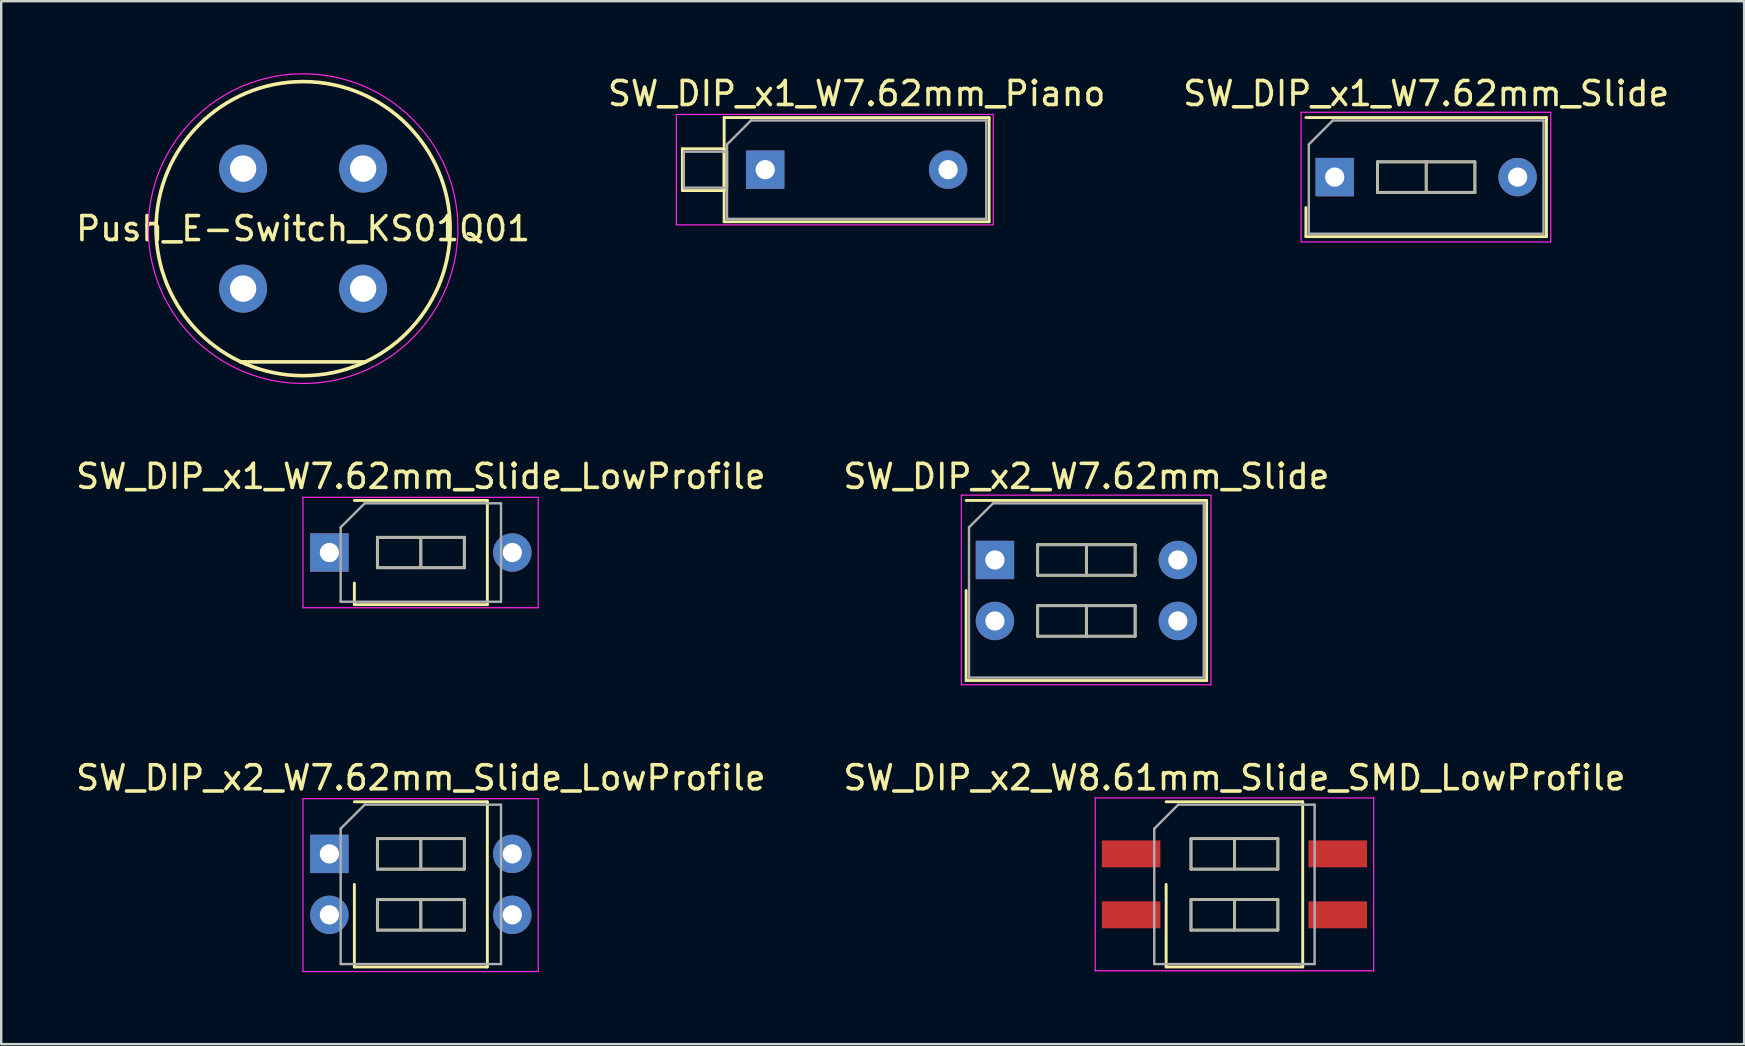
<source format=kicad_pcb>
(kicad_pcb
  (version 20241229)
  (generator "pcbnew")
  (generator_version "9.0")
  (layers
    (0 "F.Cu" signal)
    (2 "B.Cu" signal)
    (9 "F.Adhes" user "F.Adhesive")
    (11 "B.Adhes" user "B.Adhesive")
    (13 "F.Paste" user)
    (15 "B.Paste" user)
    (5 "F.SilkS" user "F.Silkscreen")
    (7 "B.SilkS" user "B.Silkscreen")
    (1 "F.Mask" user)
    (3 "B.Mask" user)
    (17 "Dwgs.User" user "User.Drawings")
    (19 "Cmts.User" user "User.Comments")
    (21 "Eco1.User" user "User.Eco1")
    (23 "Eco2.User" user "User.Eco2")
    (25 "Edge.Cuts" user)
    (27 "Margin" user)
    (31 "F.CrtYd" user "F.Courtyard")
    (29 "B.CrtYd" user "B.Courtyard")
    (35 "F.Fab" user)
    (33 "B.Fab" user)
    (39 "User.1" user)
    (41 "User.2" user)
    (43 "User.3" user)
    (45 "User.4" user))
  (footprint "SW_DIP_x1_W7.62mm_Slide_LowProfile"
    (layer "F.Cu")
    (at 10.672 19.968)
    (property "Reference" "SW_DIP_x1_W7.62mm_Slide_LowProfile" (at 3.81 -3.17 0) (layer "F.SilkS") (effects (font (size 1 1) (thickness 0.15))))
    (attr through_hole)
    (fp_line (start 1.04 -2.17) (end 6.58 -2.17) (stroke (width 0.12) (type solid)) (layer "F.SilkS"))
    (fp_line (start 1.04 2.17) (end 1.04 1.27) (stroke (width 0.12) (type solid)) (layer "F.SilkS"))
    (fp_line (start 2 -0.635) (end 2 0.635) (stroke (width 0.12) (type solid)) (layer "F.SilkS"))
    (fp_line (start 2 0.635) (end 5.62 0.635) (stroke (width 0.12) (type solid)) (layer "F.SilkS"))
    (fp_line (start 3.81 -0.635) (end 3.81 0.635) (stroke (width 0.12) (type solid)) (layer "F.SilkS"))
    (fp_line (start 5.62 -0.635) (end 2 -0.635) (stroke (width 0.12) (type solid)) (layer "F.SilkS"))
    (fp_line (start 5.62 0.635) (end 5.62 -0.635) (stroke (width 0.12) (type solid)) (layer "F.SilkS"))
    (fp_line (start 6.58 -2.17) (end 6.58 2.17) (stroke (width 0.12) (type solid)) (layer "F.SilkS"))
    (fp_line (start 6.58 2.17) (end 1.04 2.17) (stroke (width 0.12) (type solid)) (layer "F.SilkS"))
    (fp_line (start -1.1 -2.3) (end -1.1 2.3) (stroke (width 0.05) (type solid)) (layer "F.CrtYd"))
    (fp_line (start -1.1 2.3) (end 8.7 2.3) (stroke (width 0.05) (type solid)) (layer "F.CrtYd"))
    (fp_line (start 8.7 -2.3) (end -1.1 -2.3) (stroke (width 0.05) (type solid)) (layer "F.CrtYd"))
    (fp_line (start 8.7 2.3) (end 8.7 -2.3) (stroke (width 0.05) (type solid)) (layer "F.CrtYd"))
    (fp_line (start 0.47 -1.05) (end 1.47 -2.05) (stroke (width 0.1) (type solid)) (layer "F.Fab"))
    (fp_line (start 0.47 2.05) (end 0.47 -1.05) (stroke (width 0.1) (type solid)) (layer "F.Fab"))
    (fp_line (start 1.47 -2.05) (end 7.15 -2.05) (stroke (width 0.1) (type solid)) (layer "F.Fab"))
    (fp_line (start 2 -0.635) (end 2 0.635) (stroke (width 0.1) (type solid)) (layer "F.Fab"))
    (fp_line (start 2 0.635) (end 5.62 0.635) (stroke (width 0.1) (type solid)) (layer "F.Fab"))
    (fp_line (start 3.81 -0.635) (end 3.81 0.635) (stroke (width 0.1) (type solid)) (layer "F.Fab"))
    (fp_line (start 5.62 -0.635) (end 2 -0.635) (stroke (width 0.1) (type solid)) (layer "F.Fab"))
    (fp_line (start 5.62 0.635) (end 5.62 -0.635) (stroke (width 0.1) (type solid)) (layer "F.Fab"))
    (fp_line (start 7.15 -2.05) (end 7.15 2.05) (stroke (width 0.1) (type solid)) (layer "F.Fab"))
    (fp_line (start 7.15 2.05) (end 0.47 2.05) (stroke (width 0.1) (type solid)) (layer "F.Fab"))
    (pad "1" thru_hole rect (at 0 0) (size 1.6 1.6) (drill 0.8) (layers "*.Cu" "*.Mask"))
    (pad "2" thru_hole oval (at 7.62 0) (size 1.6 1.6) (drill 0.8) (layers "*.Cu" "*.Mask")))
  (footprint "SW_DIP_x2_W8.61mm_Slide_SMD_LowProfile"
    (layer "F.Cu")
    (at 48.375 33.791)
    (property "Reference" "SW_DIP_x2_W8.61mm_Slide_SMD_LowProfile" (at 0 -4.44 0) (layer "F.SilkS") (effects (font (size 1 1) (thickness 0.15))))
    (attr smd)
    (fp_line (start -2.845 -3.44) (end 2.845 -3.44) (stroke (width 0.12) (type solid)) (layer "F.SilkS"))
    (fp_line (start -2.845 3.44) (end -2.845 0) (stroke (width 0.12) (type solid)) (layer "F.SilkS"))
    (fp_line (start -1.81 -1.905) (end -1.81 -0.635) (stroke (width 0.12) (type solid)) (layer "F.SilkS"))
    (fp_line (start -1.81 -0.635) (end 1.81 -0.635) (stroke (width 0.12) (type solid)) (layer "F.SilkS"))
    (fp_line (start -1.81 0.635) (end -1.81 1.905) (stroke (width 0.12) (type solid)) (layer "F.SilkS"))
    (fp_line (start -1.81 1.905) (end 1.81 1.905) (stroke (width 0.12) (type solid)) (layer "F.SilkS"))
    (fp_line (start 0 -1.905) (end 0 -0.635) (stroke (width 0.12) (type solid)) (layer "F.SilkS"))
    (fp_line (start 0 0.635) (end 0 1.905) (stroke (width 0.12) (type solid)) (layer "F.SilkS"))
    (fp_line (start 1.81 -1.905) (end -1.81 -1.905) (stroke (width 0.12) (type solid)) (layer "F.SilkS"))
    (fp_line (start 1.81 -0.635) (end 1.81 -1.905) (stroke (width 0.12) (type solid)) (layer "F.SilkS"))
    (fp_line (start 1.81 0.635) (end -1.81 0.635) (stroke (width 0.12) (type solid)) (layer "F.SilkS"))
    (fp_line (start 1.81 1.905) (end 1.81 0.635) (stroke (width 0.12) (type solid)) (layer "F.SilkS"))
    (fp_line (start 2.845 -3.44) (end 2.845 3.44) (stroke (width 0.12) (type solid)) (layer "F.SilkS"))
    (fp_line (start 2.845 3.44) (end -2.845 3.44) (stroke (width 0.12) (type solid)) (layer "F.SilkS"))
    (fp_line (start -5.8 -3.6) (end -5.8 3.6) (stroke (width 0.05) (type solid)) (layer "F.CrtYd"))
    (fp_line (start -5.8 3.6) (end 5.8 3.6) (stroke (width 0.05) (type solid)) (layer "F.CrtYd"))
    (fp_line (start 5.8 -3.6) (end -5.8 -3.6) (stroke (width 0.05) (type solid)) (layer "F.CrtYd"))
    (fp_line (start 5.8 3.6) (end 5.8 -3.6) (stroke (width 0.05) (type solid)) (layer "F.CrtYd"))
    (fp_line (start -3.34 -2.32) (end -2.34 -3.32) (stroke (width 0.1) (type solid)) (layer "F.Fab"))
    (fp_line (start -3.34 3.32) (end -3.34 -2.32) (stroke (width 0.1) (type solid)) (layer "F.Fab"))
    (fp_line (start -2.34 -3.32) (end 3.34 -3.32) (stroke (width 0.1) (type solid)) (layer "F.Fab"))
    (fp_line (start -1.81 -1.905) (end -1.81 -0.635) (stroke (width 0.1) (type solid)) (layer "F.Fab"))
    (fp_line (start -1.81 -0.635) (end 1.81 -0.635) (stroke (width 0.1) (type solid)) (layer "F.Fab"))
    (fp_line (start -1.81 0.635) (end -1.81 1.905) (stroke (width 0.1) (type solid)) (layer "F.Fab"))
    (fp_line (start -1.81 1.905) (end 1.81 1.905) (stroke (width 0.1) (type solid)) (layer "F.Fab"))
    (fp_line (start 0 -1.905) (end 0 -0.635) (stroke (width 0.1) (type solid)) (layer "F.Fab"))
    (fp_line (start 0 0.635) (end 0 1.905) (stroke (width 0.1) (type solid)) (layer "F.Fab"))
    (fp_line (start 1.81 -1.905) (end -1.81 -1.905) (stroke (width 0.1) (type solid)) (layer "F.Fab"))
    (fp_line (start 1.81 -0.635) (end 1.81 -1.905) (stroke (width 0.1) (type solid)) (layer "F.Fab"))
    (fp_line (start 1.81 0.635) (end -1.81 0.635) (stroke (width 0.1) (type solid)) (layer "F.Fab"))
    (fp_line (start 1.81 1.905) (end 1.81 0.635) (stroke (width 0.1) (type solid)) (layer "F.Fab"))
    (fp_line (start 3.34 -3.32) (end 3.34 3.32) (stroke (width 0.1) (type solid)) (layer "F.Fab"))
    (fp_line (start 3.34 3.32) (end -3.34 3.32) (stroke (width 0.1) (type solid)) (layer "F.Fab"))
    (pad "1" smd rect (at -4.305 -1.27) (size 2.44 1.12) (layers "F.Cu" "F.Mask"))
    (pad "2" smd rect (at -4.305 1.27) (size 2.44 1.12) (layers "F.Cu" "F.Mask"))
    (pad "3" smd rect (at 4.305 1.27) (size 2.44 1.12) (layers "F.Cu" "F.Mask"))
    (pad "4" smd rect (at 4.305 -1.27) (size 2.44 1.12) (layers "F.Cu" "F.Mask")))
  (footprint "SW_DIP_x1_W7.62mm_Piano"
    (layer "F.Cu")
    (at 28.827 4.018)
    (property "Reference" "SW_DIP_x1_W7.62mm_Piano" (at 3.81 -3.17 0) (layer "F.SilkS") (effects (font (size 1 1) (thickness 0.15))))
    (attr through_hole)
    (fp_line (start -3.45 -0.87) (end -3.45 0.87) (stroke (width 0.12) (type solid)) (layer "F.SilkS"))
    (fp_line (start -3.45 0.87) (end -1.71 0.87) (stroke (width 0.12) (type solid)) (layer "F.SilkS"))
    (fp_line (start -1.71 -2.17) (end 9.33 -2.17) (stroke (width 0.12) (type solid)) (layer "F.SilkS"))
    (fp_line (start -1.71 -0.87) (end -3.45 -0.87) (stroke (width 0.12) (type solid)) (layer "F.SilkS"))
    (fp_line (start -1.71 0.87) (end -1.71 -0.87) (stroke (width 0.12) (type solid)) (layer "F.SilkS"))
    (fp_line (start -1.71 2.17) (end -1.71 -2.17) (stroke (width 0.12) (type solid)) (layer "F.SilkS"))
    (fp_line (start 9.33 -2.17) (end 9.33 2.17) (stroke (width 0.12) (type solid)) (layer "F.SilkS"))
    (fp_line (start 9.33 2.17) (end -1.71 2.17) (stroke (width 0.12) (type solid)) (layer "F.SilkS"))
    (fp_line (start -3.7 -2.3) (end -3.7 2.3) (stroke (width 0.05) (type solid)) (layer "F.CrtYd"))
    (fp_line (start -3.7 2.3) (end 9.5 2.3) (stroke (width 0.05) (type solid)) (layer "F.CrtYd"))
    (fp_line (start 9.5 -2.3) (end -3.7 -2.3) (stroke (width 0.05) (type solid)) (layer "F.CrtYd"))
    (fp_line (start 9.5 2.3) (end 9.5 -2.3) (stroke (width 0.05) (type solid)) (layer "F.CrtYd"))
    (fp_line (start -3.39 -0.75) (end -1.59 -0.75) (stroke (width 0.1) (type solid)) (layer "F.Fab"))
    (fp_line (start -3.39 0.75) (end -3.39 -0.75) (stroke (width 0.1) (type solid)) (layer "F.Fab"))
    (fp_line (start -1.59 -1.05) (end -0.59 -2.05) (stroke (width 0.1) (type solid)) (layer "F.Fab"))
    (fp_line (start -1.59 -0.75) (end -1.59 0.75) (stroke (width 0.1) (type solid)) (layer "F.Fab"))
    (fp_line (start -1.59 0.75) (end -3.39 0.75) (stroke (width 0.1) (type solid)) (layer "F.Fab"))
    (fp_line (start -1.59 2.05) (end -1.59 -1.05) (stroke (width 0.1) (type solid)) (layer "F.Fab"))
    (fp_line (start -0.59 -2.05) (end 9.21 -2.05) (stroke (width 0.1) (type solid)) (layer "F.Fab"))
    (fp_line (start 9.21 -2.05) (end 9.21 2.05) (stroke (width 0.1) (type solid)) (layer "F.Fab"))
    (fp_line (start 9.21 2.05) (end -1.59 2.05) (stroke (width 0.1) (type solid)) (layer "F.Fab"))
    (pad "1" thru_hole rect (at 0 0) (size 1.6 1.6) (drill 0.8) (layers "*.Cu" "*.Mask"))
    (pad "2" thru_hole oval (at 7.62 0) (size 1.6 1.6) (drill 0.8) (layers "*.Cu" "*.Mask")))
  (footprint "SW_DIP_x2_W7.62mm_Slide_LowProfile"
    (layer "F.Cu")
    (at 10.672 32.522)
    (property "Reference" "SW_DIP_x2_W7.62mm_Slide_LowProfile" (at 3.81 -3.17 0) (layer "F.SilkS") (effects (font (size 1 1) (thickness 0.15))))
    (attr through_hole)
    (fp_line (start 1.04 -2.17) (end 6.58 -2.17) (stroke (width 0.12) (type solid)) (layer "F.SilkS"))
    (fp_line (start 1.04 4.71) (end 1.04 1.27) (stroke (width 0.12) (type solid)) (layer "F.SilkS"))
    (fp_line (start 2 -0.635) (end 2 0.635) (stroke (width 0.12) (type solid)) (layer "F.SilkS"))
    (fp_line (start 2 0.635) (end 5.62 0.635) (stroke (width 0.12) (type solid)) (layer "F.SilkS"))
    (fp_line (start 2 1.905) (end 2 3.175) (stroke (width 0.12) (type solid)) (layer "F.SilkS"))
    (fp_line (start 2 3.175) (end 5.62 3.175) (stroke (width 0.12) (type solid)) (layer "F.SilkS"))
    (fp_line (start 3.81 -0.635) (end 3.81 0.635) (stroke (width 0.12) (type solid)) (layer "F.SilkS"))
    (fp_line (start 3.81 1.905) (end 3.81 3.175) (stroke (width 0.12) (type solid)) (layer "F.SilkS"))
    (fp_line (start 5.62 -0.635) (end 2 -0.635) (stroke (width 0.12) (type solid)) (layer "F.SilkS"))
    (fp_line (start 5.62 0.635) (end 5.62 -0.635) (stroke (width 0.12) (type solid)) (layer "F.SilkS"))
    (fp_line (start 5.62 1.905) (end 2 1.905) (stroke (width 0.12) (type solid)) (layer "F.SilkS"))
    (fp_line (start 5.62 3.175) (end 5.62 1.905) (stroke (width 0.12) (type solid)) (layer "F.SilkS"))
    (fp_line (start 6.58 -2.17) (end 6.58 4.71) (stroke (width 0.12) (type solid)) (layer "F.SilkS"))
    (fp_line (start 6.58 4.71) (end 1.04 4.71) (stroke (width 0.12) (type solid)) (layer "F.SilkS"))
    (fp_line (start -1.1 -2.3) (end -1.1 4.9) (stroke (width 0.05) (type solid)) (layer "F.CrtYd"))
    (fp_line (start -1.1 4.9) (end 8.7 4.9) (stroke (width 0.05) (type solid)) (layer "F.CrtYd"))
    (fp_line (start 8.7 -2.3) (end -1.1 -2.3) (stroke (width 0.05) (type solid)) (layer "F.CrtYd"))
    (fp_line (start 8.7 4.9) (end 8.7 -2.3) (stroke (width 0.05) (type solid)) (layer "F.CrtYd"))
    (fp_line (start 0.47 -1.05) (end 1.47 -2.05) (stroke (width 0.1) (type solid)) (layer "F.Fab"))
    (fp_line (start 0.47 4.59) (end 0.47 -1.05) (stroke (width 0.1) (type solid)) (layer "F.Fab"))
    (fp_line (start 1.47 -2.05) (end 7.15 -2.05) (stroke (width 0.1) (type solid)) (layer "F.Fab"))
    (fp_line (start 2 -0.635) (end 2 0.635) (stroke (width 0.1) (type solid)) (layer "F.Fab"))
    (fp_line (start 2 0.635) (end 5.62 0.635) (stroke (width 0.1) (type solid)) (layer "F.Fab"))
    (fp_line (start 2 1.905) (end 2 3.175) (stroke (width 0.1) (type solid)) (layer "F.Fab"))
    (fp_line (start 2 3.175) (end 5.62 3.175) (stroke (width 0.1) (type solid)) (layer "F.Fab"))
    (fp_line (start 3.81 -0.635) (end 3.81 0.635) (stroke (width 0.1) (type solid)) (layer "F.Fab"))
    (fp_line (start 3.81 1.905) (end 3.81 3.175) (stroke (width 0.1) (type solid)) (layer "F.Fab"))
    (fp_line (start 5.62 -0.635) (end 2 -0.635) (stroke (width 0.1) (type solid)) (layer "F.Fab"))
    (fp_line (start 5.62 0.635) (end 5.62 -0.635) (stroke (width 0.1) (type solid)) (layer "F.Fab"))
    (fp_line (start 5.62 1.905) (end 2 1.905) (stroke (width 0.1) (type solid)) (layer "F.Fab"))
    (fp_line (start 5.62 3.175) (end 5.62 1.905) (stroke (width 0.1) (type solid)) (layer "F.Fab"))
    (fp_line (start 7.15 -2.05) (end 7.15 4.59) (stroke (width 0.1) (type solid)) (layer "F.Fab"))
    (fp_line (start 7.15 4.59) (end 0.47 4.59) (stroke (width 0.1) (type solid)) (layer "F.Fab"))
    (pad "1" thru_hole rect (at 0 0) (size 1.6 1.6) (drill 0.8) (layers "*.Cu" "*.Mask"))
    (pad "2" thru_hole oval (at 0 2.54) (size 1.6 1.6) (drill 0.8) (layers "*.Cu" "*.Mask"))
    (pad "3" thru_hole oval (at 7.62 2.54) (size 1.6 1.6) (drill 0.8) (layers "*.Cu" "*.Mask"))
    (pad "4" thru_hole oval (at 7.62 0) (size 1.6 1.6) (drill 0.8) (layers "*.Cu" "*.Mask")))
  (footprint "SW_DIP_x2_W7.62mm_Slide"
    (layer "F.Cu")
    (at 38.398 20.278)
    (property "Reference" "SW_DIP_x2_W7.62mm_Slide" (at 3.81 -3.48 0) (layer "F.SilkS") (effects (font (size 1 1) (thickness 0.15))))
    (attr through_hole)
    (fp_line (start -1.2 -2.48) (end 8.82 -2.48) (stroke (width 0.12) (type solid)) (layer "F.SilkS"))
    (fp_line (start -1.2 5.02) (end -1.2 1.27) (stroke (width 0.12) (type solid)) (layer "F.SilkS"))
    (fp_line (start 1.78 -0.635) (end 1.78 0.635) (stroke (width 0.12) (type solid)) (layer "F.SilkS"))
    (fp_line (start 1.78 0.635) (end 5.84 0.635) (stroke (width 0.12) (type solid)) (layer "F.SilkS"))
    (fp_line (start 1.78 1.905) (end 1.78 3.175) (stroke (width 0.12) (type solid)) (layer "F.SilkS"))
    (fp_line (start 1.78 3.175) (end 5.84 3.175) (stroke (width 0.12) (type solid)) (layer "F.SilkS"))
    (fp_line (start 3.81 -0.635) (end 3.81 0.635) (stroke (width 0.12) (type solid)) (layer "F.SilkS"))
    (fp_line (start 3.81 1.905) (end 3.81 3.175) (stroke (width 0.12) (type solid)) (layer "F.SilkS"))
    (fp_line (start 5.84 -0.635) (end 1.78 -0.635) (stroke (width 0.12) (type solid)) (layer "F.SilkS"))
    (fp_line (start 5.84 0.635) (end 5.84 -0.635) (stroke (width 0.12) (type solid)) (layer "F.SilkS"))
    (fp_line (start 5.84 1.905) (end 1.78 1.905) (stroke (width 0.12) (type solid)) (layer "F.SilkS"))
    (fp_line (start 5.84 3.175) (end 5.84 1.905) (stroke (width 0.12) (type solid)) (layer "F.SilkS"))
    (fp_line (start 8.82 -2.48) (end 8.82 5.02) (stroke (width 0.12) (type solid)) (layer "F.SilkS"))
    (fp_line (start 8.82 5.02) (end -1.2 5.02) (stroke (width 0.12) (type solid)) (layer "F.SilkS"))
    (fp_line (start -1.4 -2.7) (end -1.4 5.2) (stroke (width 0.05) (type solid)) (layer "F.CrtYd"))
    (fp_line (start -1.4 5.2) (end 9 5.2) (stroke (width 0.05) (type solid)) (layer "F.CrtYd"))
    (fp_line (start 9 -2.7) (end -1.4 -2.7) (stroke (width 0.05) (type solid)) (layer "F.CrtYd"))
    (fp_line (start 9 5.2) (end 9 -2.7) (stroke (width 0.05) (type solid)) (layer "F.CrtYd"))
    (fp_line (start -1.08 -1.36) (end -0.08 -2.36) (stroke (width 0.1) (type solid)) (layer "F.Fab"))
    (fp_line (start -1.08 4.9) (end -1.08 -1.36) (stroke (width 0.1) (type solid)) (layer "F.Fab"))
    (fp_line (start -0.08 -2.36) (end 8.7 -2.36) (stroke (width 0.1) (type solid)) (layer "F.Fab"))
    (fp_line (start 1.78 -0.635) (end 1.78 0.635) (stroke (width 0.1) (type solid)) (layer "F.Fab"))
    (fp_line (start 1.78 0.635) (end 5.84 0.635) (stroke (width 0.1) (type solid)) (layer "F.Fab"))
    (fp_line (start 1.78 1.905) (end 1.78 3.175) (stroke (width 0.1) (type solid)) (layer "F.Fab"))
    (fp_line (start 1.78 3.175) (end 5.84 3.175) (stroke (width 0.1) (type solid)) (layer "F.Fab"))
    (fp_line (start 3.81 -0.635) (end 3.81 0.635) (stroke (width 0.1) (type solid)) (layer "F.Fab"))
    (fp_line (start 3.81 1.905) (end 3.81 3.175) (stroke (width 0.1) (type solid)) (layer "F.Fab"))
    (fp_line (start 5.84 -0.635) (end 1.78 -0.635) (stroke (width 0.1) (type solid)) (layer "F.Fab"))
    (fp_line (start 5.84 0.635) (end 5.84 -0.635) (stroke (width 0.1) (type solid)) (layer "F.Fab"))
    (fp_line (start 5.84 1.905) (end 1.78 1.905) (stroke (width 0.1) (type solid)) (layer "F.Fab"))
    (fp_line (start 5.84 3.175) (end 5.84 1.905) (stroke (width 0.1) (type solid)) (layer "F.Fab"))
    (fp_line (start 8.7 -2.36) (end 8.7 4.9) (stroke (width 0.1) (type solid)) (layer "F.Fab"))
    (fp_line (start 8.7 4.9) (end -1.08 4.9) (stroke (width 0.1) (type solid)) (layer "F.Fab"))
    (pad "1" thru_hole rect (at 0 0) (size 1.6 1.6) (drill 0.8) (layers "*.Cu" "*.Mask"))
    (pad "2" thru_hole oval (at 0 2.54) (size 1.6 1.6) (drill 0.8) (layers "*.Cu" "*.Mask"))
    (pad "3" thru_hole oval (at 7.62 2.54) (size 1.6 1.6) (drill 0.8) (layers "*.Cu" "*.Mask"))
    (pad "4" thru_hole oval (at 7.62 0) (size 1.6 1.6) (drill 0.8) (layers "*.Cu" "*.Mask")))
  (footprint "SW_DIP_x1_W7.62mm_Slide"
    (layer "F.Cu")
    (at 52.553 4.328)
    (property "Reference" "SW_DIP_x1_W7.62mm_Slide" (at 3.81 -3.48 0) (layer "F.SilkS") (effects (font (size 1 1) (thickness 0.15))))
    (attr through_hole)
    (fp_line (start -1.2 -2.48) (end 8.82 -2.48) (stroke (width 0.12) (type solid)) (layer "F.SilkS"))
    (fp_line (start -1.2 2.48) (end -1.2 1.27) (stroke (width 0.12) (type solid)) (layer "F.SilkS"))
    (fp_line (start 1.78 -0.635) (end 1.78 0.635) (stroke (width 0.12) (type solid)) (layer "F.SilkS"))
    (fp_line (start 1.78 0.635) (end 5.84 0.635) (stroke (width 0.12) (type solid)) (layer "F.SilkS"))
    (fp_line (start 3.81 -0.635) (end 3.81 0.635) (stroke (width 0.12) (type solid)) (layer "F.SilkS"))
    (fp_line (start 5.84 -0.635) (end 1.78 -0.635) (stroke (width 0.12) (type solid)) (layer "F.SilkS"))
    (fp_line (start 5.84 0.635) (end 5.84 -0.635) (stroke (width 0.12) (type solid)) (layer "F.SilkS"))
    (fp_line (start 8.82 -2.48) (end 8.82 2.48) (stroke (width 0.12) (type solid)) (layer "F.SilkS"))
    (fp_line (start 8.82 2.48) (end -1.2 2.48) (stroke (width 0.12) (type solid)) (layer "F.SilkS"))
    (fp_line (start -1.4 -2.7) (end -1.4 2.7) (stroke (width 0.05) (type solid)) (layer "F.CrtYd"))
    (fp_line (start -1.4 2.7) (end 9 2.7) (stroke (width 0.05) (type solid)) (layer "F.CrtYd"))
    (fp_line (start 9 -2.7) (end -1.4 -2.7) (stroke (width 0.05) (type solid)) (layer "F.CrtYd"))
    (fp_line (start 9 2.7) (end 9 -2.7) (stroke (width 0.05) (type solid)) (layer "F.CrtYd"))
    (fp_line (start -1.08 -1.36) (end -0.08 -2.36) (stroke (width 0.1) (type solid)) (layer "F.Fab"))
    (fp_line (start -1.08 2.36) (end -1.08 -1.36) (stroke (width 0.1) (type solid)) (layer "F.Fab"))
    (fp_line (start -0.08 -2.36) (end 8.7 -2.36) (stroke (width 0.1) (type solid)) (layer "F.Fab"))
    (fp_line (start 1.78 -0.635) (end 1.78 0.635) (stroke (width 0.1) (type solid)) (layer "F.Fab"))
    (fp_line (start 1.78 0.635) (end 5.84 0.635) (stroke (width 0.1) (type solid)) (layer "F.Fab"))
    (fp_line (start 3.81 -0.635) (end 3.81 0.635) (stroke (width 0.1) (type solid)) (layer "F.Fab"))
    (fp_line (start 5.84 -0.635) (end 1.78 -0.635) (stroke (width 0.1) (type solid)) (layer "F.Fab"))
    (fp_line (start 5.84 0.635) (end 5.84 -0.635) (stroke (width 0.1) (type solid)) (layer "F.Fab"))
    (fp_line (start 8.7 -2.36) (end 8.7 2.36) (stroke (width 0.1) (type solid)) (layer "F.Fab"))
    (fp_line (start 8.7 2.36) (end -1.08 2.36) (stroke (width 0.1) (type solid)) (layer "F.Fab"))
    (pad "1" thru_hole rect (at 0 0) (size 1.6 1.6) (drill 0.8) (layers "*.Cu" "*.Mask"))
    (pad "2" thru_hole oval (at 7.62 0) (size 1.6 1.6) (drill 0.8) (layers "*.Cu" "*.Mask")))
  (footprint "Push_E-Switch_KS01Q01"
    (layer "F.Cu")
    (at 7.077 3.975)
    (property "Reference" "Push_E-Switch_KS01Q01" (at 2.5 2.5 0) (layer "F.SilkS") (effects (font (size 1 1) (thickness 0.15))))
    (attr through_hole)
    (fp_line (start 5.101 8.05) (end -0.101 8.05) (stroke (width 0.15) (type solid)) (layer "F.SilkS"))
    (fp_circle (center 2.5 2.5) (end 8.625 2.5) (stroke (width 0.15) (type solid)) (fill no) (layer "F.SilkS"))
    (fp_circle (center 2.5 2.5) (end 8.95 2.5) (stroke (width 0.05) (type solid)) (fill no) (layer "F.CrtYd"))
    (pad "1" thru_hole circle (at 0 0) (size 2 2) (drill 1.1) (layers "*.Cu" "*.Mask"))
    (pad "2" thru_hole circle (at 5 0) (size 2 2) (drill 1.1) (layers "*.Cu" "*.Mask"))
    (pad "3" thru_hole circle (at 0 5) (size 2 2) (drill 1.1) (layers "*.Cu" "*.Mask"))
    (pad "4" thru_hole circle (at 5 5) (size 2 2) (drill 1.1) (layers "*.Cu" "*.Mask")))
  (gr_rect
    (start -3 -3)
    (end 69.607 40.447)
    (stroke (width 0.1) (type default))
    (fill no)
    (layer "Edge.Cuts")))
</source>
